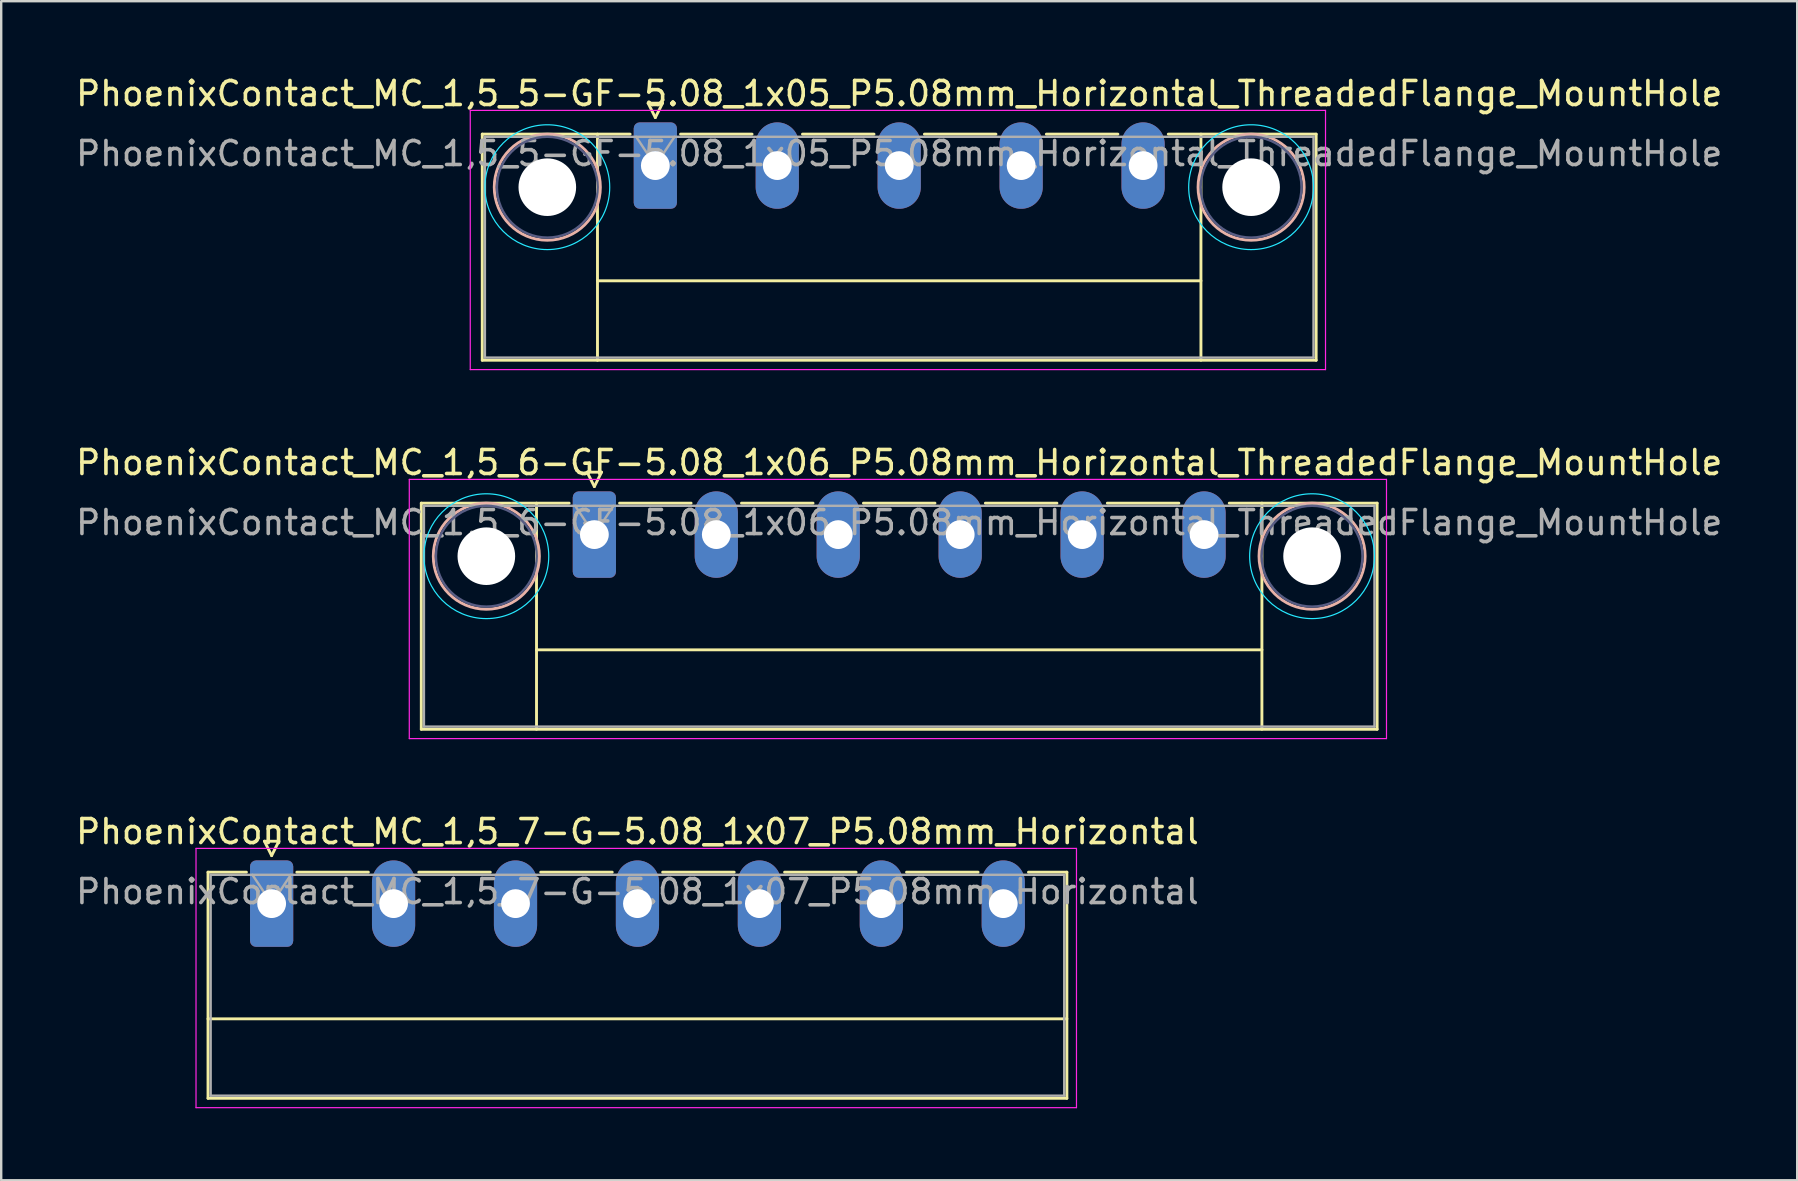
<source format=kicad_pcb>
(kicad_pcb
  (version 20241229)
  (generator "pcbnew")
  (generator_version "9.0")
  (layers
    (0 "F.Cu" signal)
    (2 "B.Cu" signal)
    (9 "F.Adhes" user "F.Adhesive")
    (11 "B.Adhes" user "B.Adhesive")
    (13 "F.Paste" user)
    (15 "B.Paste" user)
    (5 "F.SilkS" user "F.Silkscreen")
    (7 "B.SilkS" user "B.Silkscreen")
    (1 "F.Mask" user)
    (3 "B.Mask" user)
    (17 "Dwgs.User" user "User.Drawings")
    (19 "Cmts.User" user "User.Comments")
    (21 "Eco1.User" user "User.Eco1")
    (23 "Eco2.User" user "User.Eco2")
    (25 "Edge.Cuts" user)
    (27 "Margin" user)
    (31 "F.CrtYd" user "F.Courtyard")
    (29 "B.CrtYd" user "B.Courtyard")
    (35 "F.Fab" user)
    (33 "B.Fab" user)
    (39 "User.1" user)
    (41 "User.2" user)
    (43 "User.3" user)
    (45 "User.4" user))
  (footprint "PhoenixContact_MC_1,5_5-GF-5.08_1x05_P5.08mm_Horizontal_ThreadedFlange_MountHole"
    (layer "F.Cu")
    (at 24.251 3.848)
    (property "Reference" "PhoenixContact_MC_1,5_5-GF-5.08_1x05_P5.08mm_Horizontal_ThreadedFlange_MountHole" (at 10.16 -3 0) (layer "F.SilkS") (effects (font (size 1 1) (thickness 0.15))))
    (attr through_hole)
    (fp_line (start -7.21 -1.31) (end -7.21 8.11) (stroke (width 0.12) (type solid)) (layer "F.SilkS"))
    (fp_line (start -7.21 -1.31) (end -1.05 -1.31) (stroke (width 0.12) (type solid)) (layer "F.SilkS"))
    (fp_line (start -7.21 8.11) (end 27.53 8.11) (stroke (width 0.12) (type solid)) (layer "F.SilkS"))
    (fp_line (start -2.41 -1.31) (end -2.41 8.11) (stroke (width 0.12) (type solid)) (layer "F.SilkS"))
    (fp_line (start -2.41 4.8) (end 22.73 4.8) (stroke (width 0.12) (type solid)) (layer "F.SilkS"))
    (fp_line (start -0.3 -2.6) (end 0.3 -2.6) (stroke (width 0.12) (type solid)) (layer "F.SilkS"))
    (fp_line (start 0 -2) (end -0.3 -2.6) (stroke (width 0.12) (type solid)) (layer "F.SilkS"))
    (fp_line (start 0.3 -2.6) (end 0 -2) (stroke (width 0.12) (type solid)) (layer "F.SilkS"))
    (fp_line (start 1.05 -1.31) (end 4.03 -1.31) (stroke (width 0.12) (type solid)) (layer "F.SilkS"))
    (fp_line (start 6.13 -1.31) (end 9.11 -1.31) (stroke (width 0.12) (type solid)) (layer "F.SilkS"))
    (fp_line (start 11.21 -1.31) (end 14.19 -1.31) (stroke (width 0.12) (type solid)) (layer "F.SilkS"))
    (fp_line (start 16.29 -1.31) (end 19.27 -1.31) (stroke (width 0.12) (type solid)) (layer "F.SilkS"))
    (fp_line (start 22.73 -1.31) (end 22.73 8.11) (stroke (width 0.12) (type solid)) (layer "F.SilkS"))
    (fp_line (start 27.53 -1.31) (end 21.37 -1.31) (stroke (width 0.12) (type solid)) (layer "F.SilkS"))
    (fp_line (start 27.53 8.11) (end 27.53 -1.31) (stroke (width 0.12) (type solid)) (layer "F.SilkS"))
    (fp_circle (center -4.5 0.9) (end -2.29 0.9) (stroke (width 0.12) (type solid)) (fill no) (layer "B.SilkS"))
    (fp_circle (center 24.82 0.9) (end 27.03 0.9) (stroke (width 0.12) (type solid)) (fill no) (layer "B.SilkS"))
    (fp_circle (center -4.5 0.9) (end -1.9 0.9) (stroke (width 0.05) (type solid)) (fill no) (layer "B.CrtYd"))
    (fp_circle (center 24.82 0.9) (end 27.42 0.9) (stroke (width 0.05) (type solid)) (fill no) (layer "B.CrtYd"))
    (fp_line (start -7.71 -2.3) (end -7.71 8.5) (stroke (width 0.05) (type solid)) (layer "F.CrtYd"))
    (fp_line (start -7.71 8.5) (end 27.92 8.5) (stroke (width 0.05) (type solid)) (layer "F.CrtYd"))
    (fp_line (start 27.92 -2.3) (end -7.71 -2.3) (stroke (width 0.05) (type solid)) (layer "F.CrtYd"))
    (fp_line (start 27.92 8.5) (end 27.92 -2.3) (stroke (width 0.05) (type solid)) (layer "F.CrtYd"))
    (fp_circle (center -4.5 0.9) (end -2.4 0.9) (stroke (width 0.1) (type solid)) (fill no) (layer "B.Fab"))
    (fp_circle (center 24.82 0.9) (end 26.92 0.9) (stroke (width 0.1) (type solid)) (fill no) (layer "B.Fab"))
    (fp_line (start -7.1 -1.2) (end -7.1 8) (stroke (width 0.1) (type solid)) (layer "F.Fab"))
    (fp_line (start -7.1 8) (end 27.42 8) (stroke (width 0.1) (type solid)) (layer "F.Fab"))
    (fp_line (start 0 0) (end -0.8 -1.2) (stroke (width 0.1) (type solid)) (layer "F.Fab"))
    (fp_line (start 0.8 -1.2) (end 0 0) (stroke (width 0.1) (type solid)) (layer "F.Fab"))
    (fp_line (start 27.42 -1.2) (end -7.1 -1.2) (stroke (width 0.1) (type solid)) (layer "F.Fab"))
    (fp_line (start 27.42 8) (end 27.42 -1.2) (stroke (width 0.1) (type solid)) (layer "F.Fab"))
    (fp_text user "${REFERENCE}" (at 10.16 -0.5 0) (layer "F.Fab") (effects (font (size 1 1) (thickness 0.15))))
    (pad "" np_thru_hole circle (at -4.5 0.9) (size 2.4 2.4) (drill 2.4) (layers "*.Cu" "*.Mask"))
    (pad "" np_thru_hole circle (at 24.82 0.9) (size 2.4 2.4) (drill 2.4) (layers "*.Cu" "*.Mask"))
    (pad "1" thru_hole roundrect (at 0 0) (size 1.8 3.6) (drill 1.2) (layers "*.Cu" "*.Mask") (roundrect_rratio 0.139))
    (pad "2" thru_hole oval (at 5.08 0) (size 1.8 3.6) (drill 1.2) (layers "*.Cu" "*.Mask"))
    (pad "3" thru_hole oval (at 10.16 0) (size 1.8 3.6) (drill 1.2) (layers "*.Cu" "*.Mask"))
    (pad "4" thru_hole oval (at 15.24 0) (size 1.8 3.6) (drill 1.2) (layers "*.Cu" "*.Mask"))
    (pad "5" thru_hole oval (at 20.32 0) (size 1.8 3.6) (drill 1.2) (layers "*.Cu" "*.Mask")))
  (footprint "PhoenixContact_MC_1,5_7-G-5.08_1x07_P5.08mm_Horizontal"
    (layer "F.Cu")
    (at 8.266 34.595)
    (property "Reference" "PhoenixContact_MC_1,5_7-G-5.08_1x07_P5.08mm_Horizontal" (at 15.24 -3 0) (layer "F.SilkS") (effects (font (size 1 1) (thickness 0.15))))
    (attr through_hole)
    (fp_line (start -2.65 -1.31) (end -2.65 8.11) (stroke (width 0.12) (type solid)) (layer "F.SilkS"))
    (fp_line (start -2.65 -1.31) (end -1.05 -1.31) (stroke (width 0.12) (type solid)) (layer "F.SilkS"))
    (fp_line (start -2.65 4.8) (end 33.13 4.8) (stroke (width 0.12) (type solid)) (layer "F.SilkS"))
    (fp_line (start -2.65 8.11) (end 33.13 8.11) (stroke (width 0.12) (type solid)) (layer "F.SilkS"))
    (fp_line (start -0.3 -2.6) (end 0.3 -2.6) (stroke (width 0.12) (type solid)) (layer "F.SilkS"))
    (fp_line (start 0 -2) (end -0.3 -2.6) (stroke (width 0.12) (type solid)) (layer "F.SilkS"))
    (fp_line (start 0.3 -2.6) (end 0 -2) (stroke (width 0.12) (type solid)) (layer "F.SilkS"))
    (fp_line (start 1.05 -1.31) (end 4.03 -1.31) (stroke (width 0.12) (type solid)) (layer "F.SilkS"))
    (fp_line (start 6.13 -1.31) (end 9.11 -1.31) (stroke (width 0.12) (type solid)) (layer "F.SilkS"))
    (fp_line (start 11.21 -1.31) (end 14.19 -1.31) (stroke (width 0.12) (type solid)) (layer "F.SilkS"))
    (fp_line (start 16.29 -1.31) (end 19.27 -1.31) (stroke (width 0.12) (type solid)) (layer "F.SilkS"))
    (fp_line (start 21.37 -1.31) (end 24.35 -1.31) (stroke (width 0.12) (type solid)) (layer "F.SilkS"))
    (fp_line (start 26.45 -1.31) (end 29.43 -1.31) (stroke (width 0.12) (type solid)) (layer "F.SilkS"))
    (fp_line (start 33.13 -1.31) (end 31.53 -1.31) (stroke (width 0.12) (type solid)) (layer "F.SilkS"))
    (fp_line (start 33.13 8.11) (end 33.13 -1.31) (stroke (width 0.12) (type solid)) (layer "F.SilkS"))
    (fp_line (start -3.15 -2.3) (end -3.15 8.5) (stroke (width 0.05) (type solid)) (layer "F.CrtYd"))
    (fp_line (start -3.15 8.5) (end 33.53 8.5) (stroke (width 0.05) (type solid)) (layer "F.CrtYd"))
    (fp_line (start 33.53 -2.3) (end -3.15 -2.3) (stroke (width 0.05) (type solid)) (layer "F.CrtYd"))
    (fp_line (start 33.53 8.5) (end 33.53 -2.3) (stroke (width 0.05) (type solid)) (layer "F.CrtYd"))
    (fp_line (start -2.54 -1.2) (end -2.54 8) (stroke (width 0.1) (type solid)) (layer "F.Fab"))
    (fp_line (start -2.54 8) (end 33.02 8) (stroke (width 0.1) (type solid)) (layer "F.Fab"))
    (fp_line (start 0 0) (end -0.8 -1.2) (stroke (width 0.1) (type solid)) (layer "F.Fab"))
    (fp_line (start 0.8 -1.2) (end 0 0) (stroke (width 0.1) (type solid)) (layer "F.Fab"))
    (fp_line (start 33.02 -1.2) (end -2.54 -1.2) (stroke (width 0.1) (type solid)) (layer "F.Fab"))
    (fp_line (start 33.02 8) (end 33.02 -1.2) (stroke (width 0.1) (type solid)) (layer "F.Fab"))
    (fp_text user "${REFERENCE}" (at 15.24 -0.5 0) (layer "F.Fab") (effects (font (size 1 1) (thickness 0.15))))
    (pad "1" thru_hole roundrect (at 0 0) (size 1.8 3.6) (drill 1.2) (layers "*.Cu" "*.Mask") (roundrect_rratio 0.139))
    (pad "2" thru_hole oval (at 5.08 0) (size 1.8 3.6) (drill 1.2) (layers "*.Cu" "*.Mask"))
    (pad "3" thru_hole oval (at 10.16 0) (size 1.8 3.6) (drill 1.2) (layers "*.Cu" "*.Mask"))
    (pad "4" thru_hole oval (at 15.24 0) (size 1.8 3.6) (drill 1.2) (layers "*.Cu" "*.Mask"))
    (pad "5" thru_hole oval (at 20.32 0) (size 1.8 3.6) (drill 1.2) (layers "*.Cu" "*.Mask"))
    (pad "6" thru_hole oval (at 25.4 0) (size 1.8 3.6) (drill 1.2) (layers "*.Cu" "*.Mask"))
    (pad "7" thru_hole oval (at 30.48 0) (size 1.8 3.6) (drill 1.2) (layers "*.Cu" "*.Mask")))
  (footprint "PhoenixContact_MC_1,5_6-GF-5.08_1x06_P5.08mm_Horizontal_ThreadedFlange_MountHole"
    (layer "F.Cu")
    (at 21.711 19.221)
    (property "Reference" "PhoenixContact_MC_1,5_6-GF-5.08_1x06_P5.08mm_Horizontal_ThreadedFlange_MountHole" (at 12.7 -3 0) (layer "F.SilkS") (effects (font (size 1 1) (thickness 0.15))))
    (attr through_hole)
    (fp_line (start -7.21 -1.31) (end -7.21 8.11) (stroke (width 0.12) (type solid)) (layer "F.SilkS"))
    (fp_line (start -7.21 -1.31) (end -1.05 -1.31) (stroke (width 0.12) (type solid)) (layer "F.SilkS"))
    (fp_line (start -7.21 8.11) (end 32.61 8.11) (stroke (width 0.12) (type solid)) (layer "F.SilkS"))
    (fp_line (start -2.41 -1.31) (end -2.41 8.11) (stroke (width 0.12) (type solid)) (layer "F.SilkS"))
    (fp_line (start -2.41 4.8) (end 27.81 4.8) (stroke (width 0.12) (type solid)) (layer "F.SilkS"))
    (fp_line (start -0.3 -2.6) (end 0.3 -2.6) (stroke (width 0.12) (type solid)) (layer "F.SilkS"))
    (fp_line (start 0 -2) (end -0.3 -2.6) (stroke (width 0.12) (type solid)) (layer "F.SilkS"))
    (fp_line (start 0.3 -2.6) (end 0 -2) (stroke (width 0.12) (type solid)) (layer "F.SilkS"))
    (fp_line (start 1.05 -1.31) (end 4.03 -1.31) (stroke (width 0.12) (type solid)) (layer "F.SilkS"))
    (fp_line (start 6.13 -1.31) (end 9.11 -1.31) (stroke (width 0.12) (type solid)) (layer "F.SilkS"))
    (fp_line (start 11.21 -1.31) (end 14.19 -1.31) (stroke (width 0.12) (type solid)) (layer "F.SilkS"))
    (fp_line (start 16.29 -1.31) (end 19.27 -1.31) (stroke (width 0.12) (type solid)) (layer "F.SilkS"))
    (fp_line (start 21.37 -1.31) (end 24.35 -1.31) (stroke (width 0.12) (type solid)) (layer "F.SilkS"))
    (fp_line (start 27.81 -1.31) (end 27.81 8.11) (stroke (width 0.12) (type solid)) (layer "F.SilkS"))
    (fp_line (start 32.61 -1.31) (end 26.45 -1.31) (stroke (width 0.12) (type solid)) (layer "F.SilkS"))
    (fp_line (start 32.61 8.11) (end 32.61 -1.31) (stroke (width 0.12) (type solid)) (layer "F.SilkS"))
    (fp_circle (center -4.5 0.9) (end -2.29 0.9) (stroke (width 0.12) (type solid)) (fill no) (layer "B.SilkS"))
    (fp_circle (center 29.9 0.9) (end 32.11 0.9) (stroke (width 0.12) (type solid)) (fill no) (layer "B.SilkS"))
    (fp_circle (center -4.5 0.9) (end -1.9 0.9) (stroke (width 0.05) (type solid)) (fill no) (layer "B.CrtYd"))
    (fp_circle (center 29.9 0.9) (end 32.5 0.9) (stroke (width 0.05) (type solid)) (fill no) (layer "B.CrtYd"))
    (fp_line (start -7.71 -2.3) (end -7.71 8.5) (stroke (width 0.05) (type solid)) (layer "F.CrtYd"))
    (fp_line (start -7.71 8.5) (end 33 8.5) (stroke (width 0.05) (type solid)) (layer "F.CrtYd"))
    (fp_line (start 33 -2.3) (end -7.71 -2.3) (stroke (width 0.05) (type solid)) (layer "F.CrtYd"))
    (fp_line (start 33 8.5) (end 33 -2.3) (stroke (width 0.05) (type solid)) (layer "F.CrtYd"))
    (fp_circle (center -4.5 0.9) (end -2.4 0.9) (stroke (width 0.1) (type solid)) (fill no) (layer "B.Fab"))
    (fp_circle (center 29.9 0.9) (end 32 0.9) (stroke (width 0.1) (type solid)) (fill no) (layer "B.Fab"))
    (fp_line (start -7.1 -1.2) (end -7.1 8) (stroke (width 0.1) (type solid)) (layer "F.Fab"))
    (fp_line (start -7.1 8) (end 32.5 8) (stroke (width 0.1) (type solid)) (layer "F.Fab"))
    (fp_line (start 0 0) (end -0.8 -1.2) (stroke (width 0.1) (type solid)) (layer "F.Fab"))
    (fp_line (start 0.8 -1.2) (end 0 0) (stroke (width 0.1) (type solid)) (layer "F.Fab"))
    (fp_line (start 32.5 -1.2) (end -7.1 -1.2) (stroke (width 0.1) (type solid)) (layer "F.Fab"))
    (fp_line (start 32.5 8) (end 32.5 -1.2) (stroke (width 0.1) (type solid)) (layer "F.Fab"))
    (fp_text user "${REFERENCE}" (at 12.7 -0.5 0) (layer "F.Fab") (effects (font (size 1 1) (thickness 0.15))))
    (pad "" np_thru_hole circle (at -4.5 0.9) (size 2.4 2.4) (drill 2.4) (layers "*.Cu" "*.Mask"))
    (pad "" np_thru_hole circle (at 29.9 0.9) (size 2.4 2.4) (drill 2.4) (layers "*.Cu" "*.Mask"))
    (pad "1" thru_hole roundrect (at 0 0) (size 1.8 3.6) (drill 1.2) (layers "*.Cu" "*.Mask") (roundrect_rratio 0.139))
    (pad "2" thru_hole oval (at 5.08 0) (size 1.8 3.6) (drill 1.2) (layers "*.Cu" "*.Mask"))
    (pad "3" thru_hole oval (at 10.16 0) (size 1.8 3.6) (drill 1.2) (layers "*.Cu" "*.Mask"))
    (pad "4" thru_hole oval (at 15.24 0) (size 1.8 3.6) (drill 1.2) (layers "*.Cu" "*.Mask"))
    (pad "5" thru_hole oval (at 20.32 0) (size 1.8 3.6) (drill 1.2) (layers "*.Cu" "*.Mask"))
    (pad "6" thru_hole oval (at 25.4 0) (size 1.8 3.6) (drill 1.2) (layers "*.Cu" "*.Mask")))
  (gr_rect
    (start -3 -3)
    (end 71.821 46.12)
    (stroke (width 0.1) (type default))
    (fill no)
    (layer "Edge.Cuts")))
</source>
